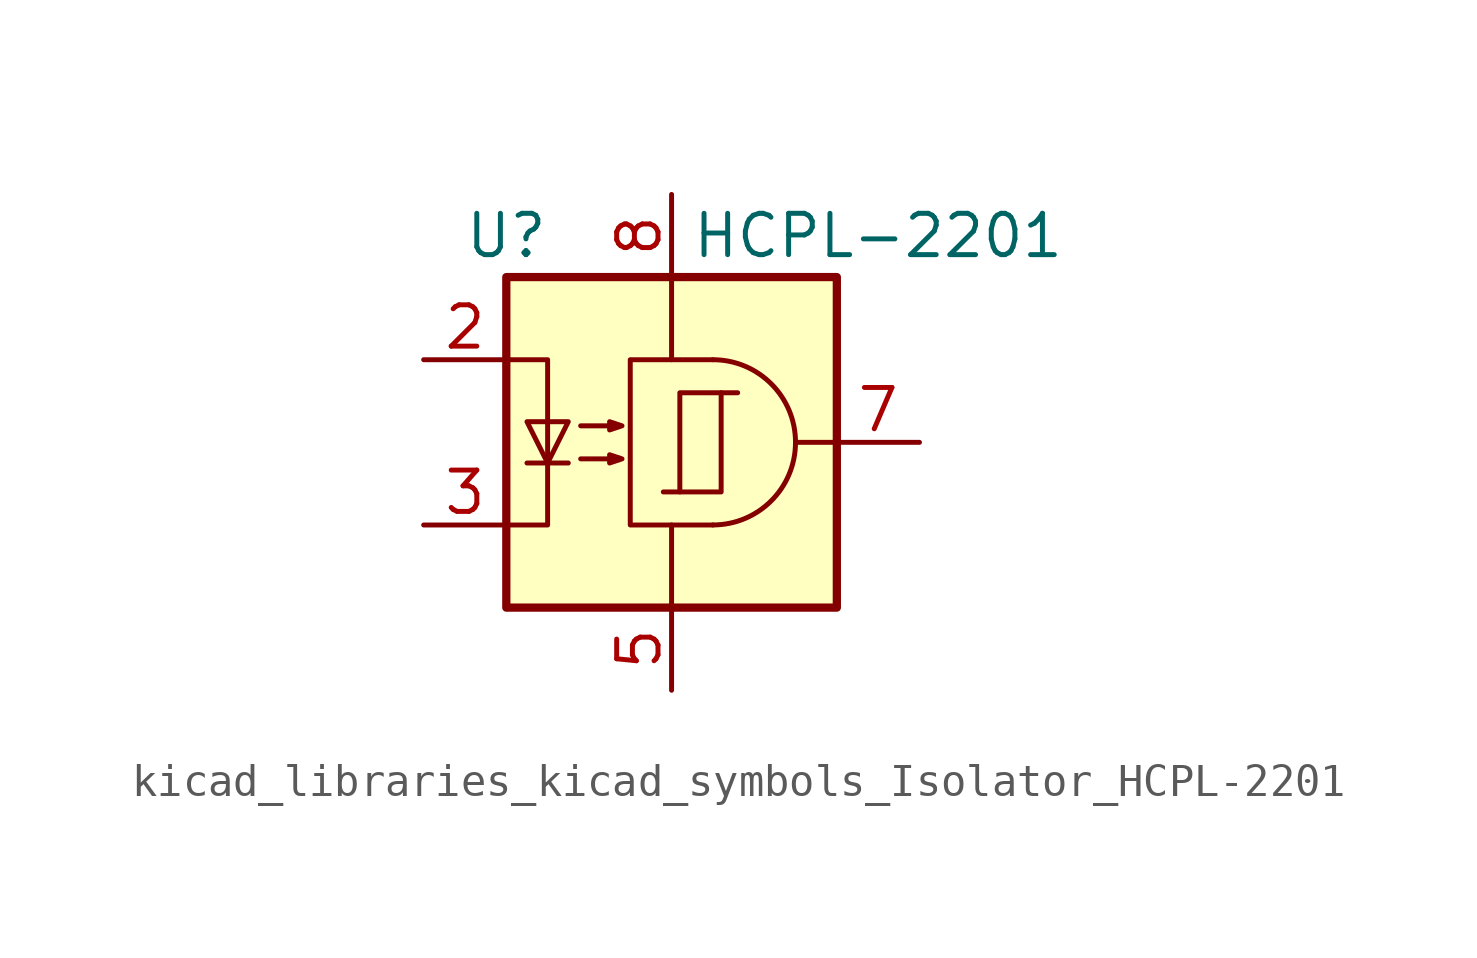
<source format=kicad_sym>
(kicad_symbol_lib
  (version 20220914)
  (generator kicad_symbol_editor)
  (symbol "kicad_libraries_kicad_symbols_Isolator_HCPL-2201"
    (property "Reference" "U"
      (at -5.08 6.35 0)
      (effects (font (size 1.27 1.27))))
    (property "Value" "HCPL-2201"
      (at 6.35 6.35 0)
      (effects (font (size 1.27 1.27))))
    (symbol "kicad_libraries_kicad_symbols_Isolator_HCPL-2201_0_1"
      (polyline (pts (xy 5.08 0) (xy 3.81 0)) (stroke (width 0) (type default)) (fill (type none))))
    (symbol "kicad_libraries_kicad_symbols_Isolator_HCPL-2201_1_1"
      (rectangle (start -5.08 5.08) (end 5.08 -5.08) (stroke (width 0.254) (type default)) (fill (type background)))
      (polyline (pts (xy -4.445 -0.635) (xy -3.175 -0.635)) (stroke (width 0) (type default)) (fill (type none)))
      (polyline (pts (xy 0 2.54) (xy 0 5.08)) (stroke (width 0) (type default)) (fill (type none)))
      (polyline (pts (xy 0.254 -1.524) (xy -0.254 -1.524)) (stroke (width 0) (type default)) (fill (type none)))
      (polyline (pts (xy 1.524 1.524) (xy 2.032 1.524)) (stroke (width 0) (type default)) (fill (type none)))
      (polyline (pts (xy 0 -2.54) (xy 0 -5.08) (xy 0 -3.81)) (stroke (width 0) (type default)) (fill (type none)))
      (polyline (pts (xy -5.08 -2.54) (xy -3.81 -2.54) (xy -3.81 2.54) (xy -5.08 2.54)) (stroke (width 0) (type default)) (fill (type none)))
      (polyline (pts (xy -3.81 -0.635) (xy -4.445 0.635) (xy -3.175 0.635) (xy -3.81 -0.635)) (stroke (width 0) (type default)) (fill (type none)))
      (polyline (pts (xy 1.27 -2.54) (xy -1.27 -2.54) (xy -1.27 2.54) (xy 1.27 2.54)) (stroke (width 0) (type default)) (fill (type none)))
      (polyline (pts (xy -2.794 -0.508) (xy -1.524 -0.508) (xy -1.905 -0.635) (xy -1.905 -0.381) (xy -1.524 -0.508)) (stroke (width 0) (type default)) (fill (type none)))
      (polyline (pts (xy -2.794 0.508) (xy -1.524 0.508) (xy -1.905 0.381) (xy -1.905 0.635) (xy -1.524 0.508)) (stroke (width 0) (type default)) (fill (type none)))
      (rectangle (start 0.254 1.524) (end 1.524 -1.524) (stroke (width 0) (type default)) (fill (type none)))
      (arc (start 1.27 -2.54) (mid 3.799 0) (end 1.27 2.54) (stroke (width 0) (type default)) (fill (type none)))
      (pin no_connect line (at -5.08 0 0) (length 2.54) hide (name "~" (effects (font (size 1.27 1.27)))) (number "1" (effects (font (size 1.27 1.27)))))
      (pin passive line (at -7.62 2.54 0) (length 2.54) (name "~" (effects (font (size 1.27 1.27)))) (number "2" (effects (font (size 1.27 1.27)))))
      (pin passive line (at -7.62 -2.54 0) (length 2.54) (name "~" (effects (font (size 1.27 1.27)))) (number "3" (effects (font (size 1.27 1.27)))))
      (pin no_connect line (at -5.08 -5.08 0) (length 2.54) hide (name "~" (effects (font (size 1.27 1.27)))) (number "4" (effects (font (size 1.27 1.27)))))
      (pin power_in line (at 0 -7.62 90) (length 2.54) (name "~" (effects (font (size 1.27 1.27)))) (number "5" (effects (font (size 1.27 1.27)))))
      (pin no_connect line (at 5.08 -2.54 180) (length 2.54) hide (name "~" (effects (font (size 1.27 1.27)))) (number "6" (effects (font (size 1.27 1.27)))))
      (pin output line (at 7.62 0 180) (length 2.54) (name "~" (effects (font (size 1.27 1.27)))) (number "7" (effects (font (size 1.27 1.27)))))
      (pin power_in line (at 0 7.62 270) (length 2.54) (name "~" (effects (font (size 1.27 1.27)))) (number "8" (effects (font (size 1.27 1.27))))))))
</source>
